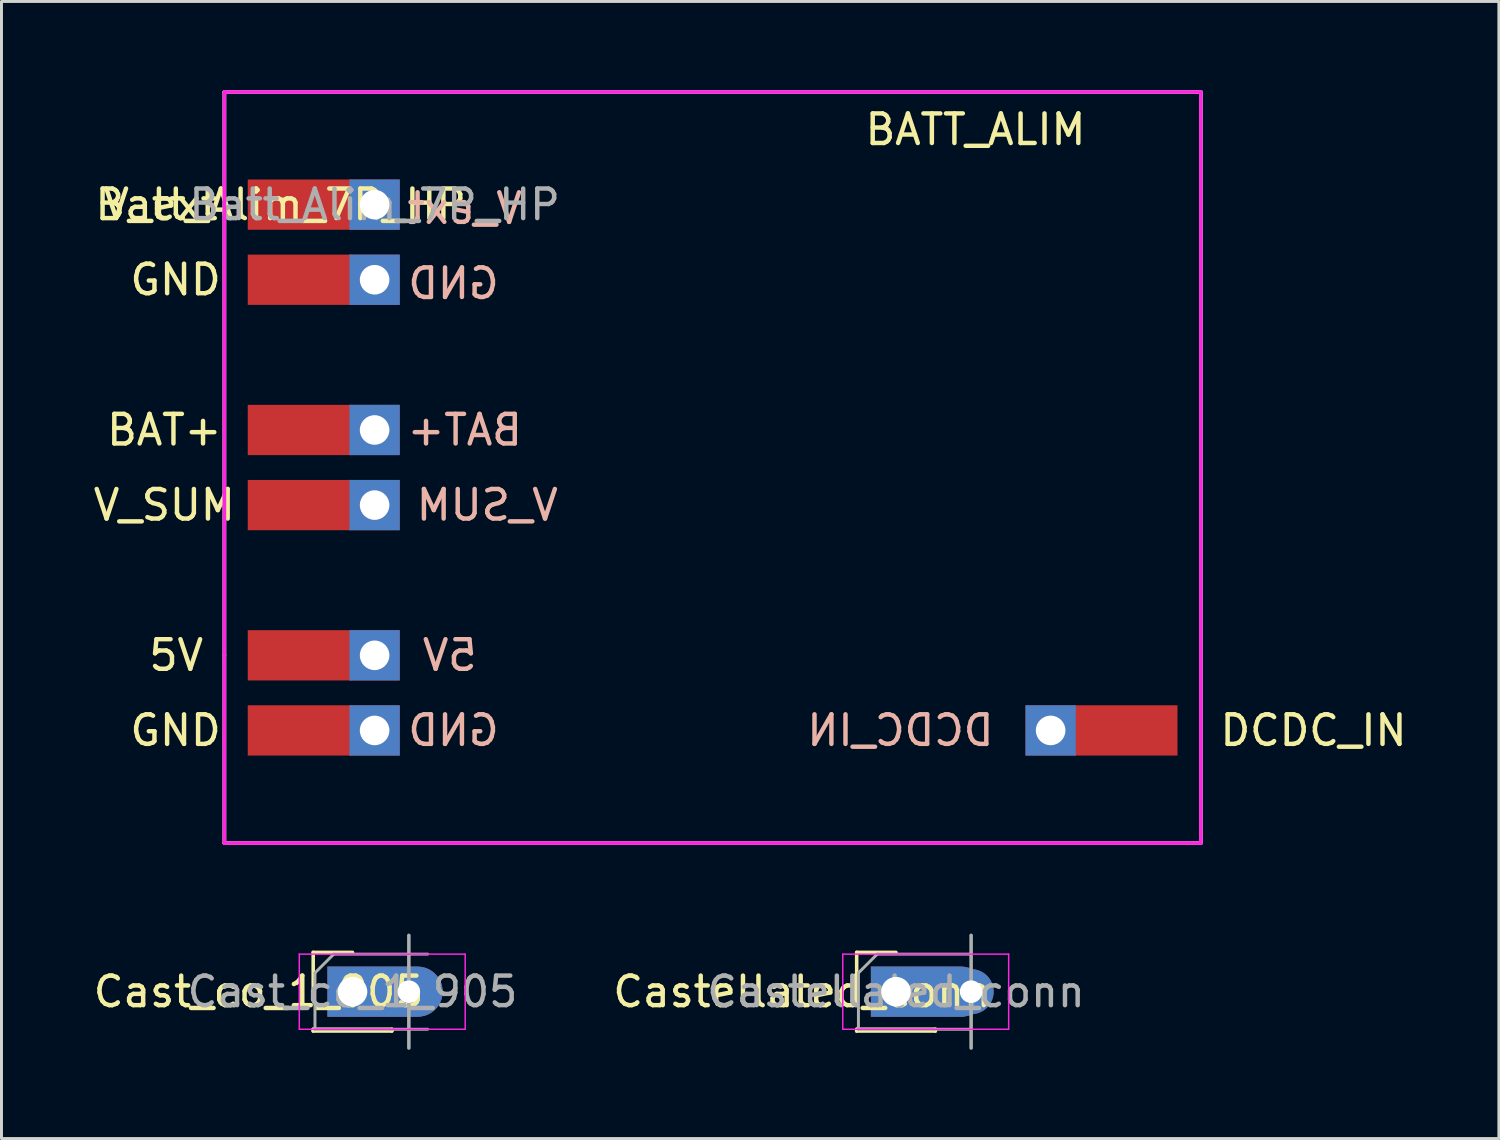
<source format=kicad_pcb>
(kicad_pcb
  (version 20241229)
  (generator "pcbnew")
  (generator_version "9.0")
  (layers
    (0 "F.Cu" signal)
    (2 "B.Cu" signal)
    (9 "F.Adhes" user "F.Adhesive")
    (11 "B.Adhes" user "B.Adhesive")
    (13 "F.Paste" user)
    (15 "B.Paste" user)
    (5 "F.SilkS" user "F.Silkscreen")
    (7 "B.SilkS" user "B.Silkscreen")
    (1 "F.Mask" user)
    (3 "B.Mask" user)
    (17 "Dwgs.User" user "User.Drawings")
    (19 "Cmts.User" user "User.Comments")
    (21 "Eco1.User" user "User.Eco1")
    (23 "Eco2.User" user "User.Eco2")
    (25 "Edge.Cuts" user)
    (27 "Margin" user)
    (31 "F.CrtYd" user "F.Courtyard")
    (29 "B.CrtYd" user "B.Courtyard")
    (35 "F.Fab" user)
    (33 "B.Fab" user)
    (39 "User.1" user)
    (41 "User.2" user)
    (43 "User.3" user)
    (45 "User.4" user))
  (footprint "Batt_Alim_7P_HP"
    (layer "F.Cu")
    (at 9.618 3.87)
    (property "Reference" "Batt_Alim_7P_HP" (at -3.175 0 0) (layer "F.SilkS") (effects (font (size 1 1) (thickness 0.15))))
    (attr through_hole)
    (fp_line (start -5.08 -3.81) (end 27.94 -3.81) (stroke (width 0.12) (type solid)) (layer "F.SilkS"))
    (fp_line (start -5.08 15.24) (end -5.08 -3.81) (stroke (width 0.12) (type solid)) (layer "F.SilkS"))
    (fp_line (start -5.08 21.59) (end -5.08 15.24) (stroke (width 0.12) (type solid)) (layer "F.SilkS"))
    (fp_line (start 27.94 -3.81) (end 27.94 21.59) (stroke (width 0.12) (type solid)) (layer "F.SilkS"))
    (fp_line (start 27.94 21.59) (end -5.08 21.59) (stroke (width 0.12) (type solid)) (layer "F.SilkS"))
    (fp_line (start -2.54 -1.27) (end -2.54 3.81) (stroke (width 0.12) (type solid)) (layer "Eco1.User"))
    (fp_line (start -2.54 3.81) (end -1.27 3.81) (stroke (width 0.12) (type solid)) (layer "Eco1.User"))
    (fp_line (start -2.54 6.35) (end -2.54 11.43) (stroke (width 0.12) (type solid)) (layer "Eco1.User"))
    (fp_line (start -2.54 11.43) (end -1.27 11.43) (stroke (width 0.12) (type solid)) (layer "Eco1.User"))
    (fp_line (start -2.54 13.97) (end -2.54 19.05) (stroke (width 0.12) (type solid)) (layer "Eco1.User"))
    (fp_line (start -2.54 19.05) (end -1.27 19.05) (stroke (width 0.12) (type solid)) (layer "Eco1.User"))
    (fp_line (start -1.27 -3.81) (end -1.27 -1.27) (stroke (width 0.12) (type solid)) (layer "Eco1.User"))
    (fp_line (start -1.27 -1.27) (end -2.54 -1.27) (stroke (width 0.12) (type solid)) (layer "Eco1.User"))
    (fp_line (start -1.27 3.81) (end -1.27 6.35) (stroke (width 0.12) (type solid)) (layer "Eco1.User"))
    (fp_line (start -1.27 6.35) (end -2.54 6.35) (stroke (width 0.12) (type solid)) (layer "Eco1.User"))
    (fp_line (start -1.27 11.43) (end -1.27 13.97) (stroke (width 0.12) (type solid)) (layer "Eco1.User"))
    (fp_line (start -1.27 13.97) (end -2.54 13.97) (stroke (width 0.12) (type solid)) (layer "Eco1.User"))
    (fp_line (start -1.27 19.05) (end -1.27 21.59) (stroke (width 0.12) (type solid)) (layer "Eco1.User"))
    (fp_line (start -1.27 21.59) (end 26.67 21.59) (stroke (width 0.12) (type solid)) (layer "Eco1.User"))
    (fp_line (start 24.13 16.51) (end 24.13 -3.81) (stroke (width 0.12) (type solid)) (layer "Eco1.User"))
    (fp_line (start 24.13 19.05) (end 24.13 21.59) (stroke (width 0.12) (type solid)) (layer "Eco1.User"))
    (fp_line (start 24.13 19.05) (end 25.4 19.05) (stroke (width 0.12) (type solid)) (layer "Eco1.User"))
    (fp_line (start 25.4 16.51) (end 24.13 16.51) (stroke (width 0.12) (type solid)) (layer "Eco1.User"))
    (fp_line (start 25.4 19.05) (end 25.4 16.51) (stroke (width 0.12) (type solid)) (layer "Eco1.User"))
    (fp_line (start 26.67 -3.81) (end -1.27 -3.81) (stroke (width 0.12) (type solid)) (layer "Eco1.User"))
    (fp_line (start -5.08 -3.81) (end -5.08 15.24) (stroke (width 0.12) (type solid)) (layer "F.CrtYd"))
    (fp_line (start -5.08 21.59) (end -5.08 15.24) (stroke (width 0.12) (type solid)) (layer "F.CrtYd"))
    (fp_line (start 27.94 -3.81) (end -5.08 -3.81) (stroke (width 0.12) (type solid)) (layer "F.CrtYd"))
    (fp_line (start 27.94 -3.81) (end 27.94 21.59) (stroke (width 0.12) (type solid)) (layer "F.CrtYd"))
    (fp_line (start 27.94 21.59) (end -5.08 21.59) (stroke (width 0.12) (type solid)) (layer "F.CrtYd"))
    (fp_line (start -5.08 -3.81) (end 27.94 -3.81) (stroke (width 0.12) (type solid)) (layer "F.Fab"))
    (fp_line (start -5.08 15.24) (end -5.08 -3.81) (stroke (width 0.12) (type solid)) (layer "F.Fab"))
    (fp_line (start -5.08 15.24) (end -5.08 21.59) (stroke (width 0.12) (type solid)) (layer "F.Fab"))
    (fp_line (start -5.08 21.59) (end 27.94 21.59) (stroke (width 0.12) (type solid)) (layer "F.Fab"))
    (fp_line (start 27.94 21.59) (end 27.94 -3.81) (stroke (width 0.12) (type solid)) (layer "F.Fab"))
    (fp_text user "V_SUM" (at -7.112 10.16 0) (layer "F.SilkS") (effects (font (size 1 1) (thickness 0.15))))
    (fp_text user "BATT_ALIM" (at 20.32 -2.54 0) (layer "F.SilkS") (effects (font (size 1 1) (thickness 0.15))))
    (fp_text user "GND" (at -6.731 2.54 0) (layer "F.SilkS") (effects (font (size 1 1) (thickness 0.15))))
    (fp_text user "GND" (at -6.731 17.78 0) (layer "F.SilkS") (effects (font (size 1 1) (thickness 0.15))))
    (fp_text user "V_ext" (at -7.239 0 0) (layer "F.SilkS") (effects (font (size 1 1) (thickness 0.15))))
    (fp_text user "BAT+" (at -7.112 7.62 0) (layer "F.SilkS") (effects (font (size 1 1) (thickness 0.15))))
    (fp_text user "5V" (at -6.71 15.24 0) (layer "F.SilkS") (effects (font (size 1 1) (thickness 0.15))))
    (fp_text user "DCDC_IN" (at 31.75 17.78 0) (layer "F.SilkS") (effects (font (size 1 1) (thickness 0.15))))
    (fp_text user "V_SUM" (at 3.81 10.16 0) (layer "B.SilkS") (effects (font (size 1 1) (thickness 0.15)) (justify mirror)))
    (fp_text user "BAT+" (at 3.048 7.62 0) (layer "B.SilkS") (effects (font (size 1 1) (thickness 0.15)) (justify mirror)))
    (fp_text user "DCDC_IN" (at 17.78 17.78 0) (layer "B.SilkS") (effects (font (size 1 1) (thickness 0.15)) (justify mirror)))
    (fp_text user "GND" (at 2.667 2.667 0) (layer "B.SilkS") (effects (font (size 1 1) (thickness 0.15)) (justify mirror)))
    (fp_text user "V_ext" (at 3.048 0.127 0) (layer "B.SilkS") (effects (font (size 1 1) (thickness 0.15)) (justify mirror)))
    (fp_text user "5V" (at 2.54 15.24 0) (layer "B.SilkS") (effects (font (size 1 1) (thickness 0.15)) (justify mirror)))
    (fp_text user "GND" (at 2.667 17.78 0) (layer "B.SilkS") (effects (font (size 1 1) (thickness 0.15)) (justify mirror)))
    (fp_text user "${REFERENCE}" (at 0 0 180) (layer "F.Fab") (effects (font (size 1 1) (thickness 0.15))))
    (pad "1" smd rect (at -2.54 0 180) (size 3.5 1.7) (layers "F.Cu" "F.Mask" "F.Paste"))
    (pad "1" thru_hole rect (at 0 0) (size 1.7 1.7) (drill 1) (layers "*.Cu" "*.Mask"))
    (pad "2" smd rect (at -2.54 2.54 180) (size 3.5 1.7) (layers "F.Cu" "F.Mask" "F.Paste"))
    (pad "2" thru_hole rect (at 0 2.54) (size 1.7 1.7) (drill 1) (layers "*.Cu" "*.Mask"))
    (pad "3" smd rect (at -2.54 7.62 180) (size 3.5 1.7) (layers "F.Cu" "F.Mask" "F.Paste"))
    (pad "3" thru_hole rect (at 0 7.62) (size 1.7 1.7) (drill 1) (layers "*.Cu" "*.Mask"))
    (pad "4" smd rect (at -2.54 10.16 180) (size 3.5 1.7) (layers "F.Cu" "F.Mask" "F.Paste"))
    (pad "4" thru_hole rect (at 0 10.16) (size 1.7 1.7) (drill 1) (layers "*.Cu" "*.Mask"))
    (pad "5" smd rect (at -2.54 15.24 180) (size 3.5 1.7) (layers "F.Cu" "F.Mask" "F.Paste"))
    (pad "5" thru_hole rect (at 0 15.24) (size 1.7 1.7) (drill 1) (layers "*.Cu" "*.Mask"))
    (pad "6" smd rect (at -2.54 17.78 180) (size 3.5 1.7) (layers "F.Cu" "F.Mask" "F.Paste"))
    (pad "6" thru_hole rect (at 0 17.78) (size 1.7 1.7) (drill 1) (layers "*.Cu" "*.Mask"))
    (pad "7" thru_hole rect (at 22.86 17.78) (size 1.7 1.7) (drill 1) (layers "*.Cu" "*.Mask"))
    (pad "7" smd rect (at 25.4 17.78 180) (size 3.5 1.7) (layers "F.Cu" "F.Mask" "F.Paste")))
  (footprint "Castellated_conn"
    (layer "F.Cu")
    (at 27.249 30.485)
    (property "Reference" "Castellated_conn" (at -3.175 0 0) (layer "F.SilkS") (effects (font (size 1 1) (thickness 0.15))))
    (attr through_hole)
    (fp_line (start -1.33 -1.33) (end 0 -1.33) (stroke (width 0.12) (type solid)) (layer "F.SilkS"))
    (fp_line (start -1.33 0) (end -1.33 -1.33) (stroke (width 0.12) (type solid)) (layer "F.SilkS"))
    (fp_line (start -1.33 1.27) (end -1.33 1.33) (stroke (width 0.12) (type solid)) (layer "F.SilkS"))
    (fp_line (start -1.33 1.27) (end 1.33 1.27) (stroke (width 0.12) (type solid)) (layer "F.SilkS"))
    (fp_line (start -1.33 1.33) (end 1.33 1.33) (stroke (width 0.12) (type solid)) (layer "F.SilkS"))
    (fp_line (start 1.33 1.27) (end 1.33 1.33) (stroke (width 0.12) (type solid)) (layer "F.SilkS"))
    (fp_line (start -1.8 -1.27) (end -1.8 1.27) (stroke (width 0.05) (type solid)) (layer "F.CrtYd"))
    (fp_line (start -1.8 1.27) (end 3.81 1.27) (stroke (width 0.05) (type solid)) (layer "F.CrtYd"))
    (fp_line (start 3.81 -1.27) (end -1.8 -1.27) (stroke (width 0.05) (type solid)) (layer "F.CrtYd"))
    (fp_line (start 3.81 1.27) (end 3.81 -1.27) (stroke (width 0.05) (type solid)) (layer "F.CrtYd"))
    (fp_line (start -1.27 -0.635) (end -0.635 -1.27) (stroke (width 0.1) (type solid)) (layer "F.Fab"))
    (fp_line (start -1.27 1.27) (end -1.27 -0.635) (stroke (width 0.1) (type solid)) (layer "F.Fab"))
    (fp_line (start -0.635 -1.27) (end 2.54 -1.27) (stroke (width 0.1) (type solid)) (layer "F.Fab"))
    (fp_line (start 1.27 1.27) (end -1.27 1.27) (stroke (width 0.1) (type solid)) (layer "F.Fab"))
    (fp_line (start 2.54 -1.905) (end 2.54 1.905) (stroke (width 0.12) (type solid)) (layer "F.Fab"))
    (fp_line (start 2.54 1.27) (end 1.27 1.27) (stroke (width 0.1) (type solid)) (layer "F.Fab"))
    (fp_text user "${REFERENCE}" (at 0 0 180) (layer "F.Fab") (effects (font (size 1 1) (thickness 0.15))))
    (pad "1" thru_hole custom (at 0 0) (size 1.7 1.7) (drill 1) (layers "*.Cu" "*.Mask") (options (anchor rect)) (primitives (gr_line (start 0 0) (end 2.2 0) (width 1.7))))
    (pad "1" thru_hole circle (at 2.54 0) (size 1.524 1.524) (drill 0.762) (layers "*.Cu" "*.Mask")))
  (footprint "Cast_co_1_905"
    (layer "F.Cu")
    (at 8.871 30.485)
    (property "Reference" "Cast_co_1_905" (at -3.175 0 0) (layer "F.SilkS") (effects (font (size 1 1) (thickness 0.15))))
    (attr through_hole)
    (fp_line (start -1.33 -1.33) (end 0 -1.33) (stroke (width 0.12) (type solid)) (layer "F.SilkS"))
    (fp_line (start -1.33 0) (end -1.33 -1.33) (stroke (width 0.12) (type solid)) (layer "F.SilkS"))
    (fp_line (start -1.33 1.27) (end -1.33 1.33) (stroke (width 0.12) (type solid)) (layer "F.SilkS"))
    (fp_line (start -1.33 1.27) (end 1.33 1.27) (stroke (width 0.12) (type solid)) (layer "F.SilkS"))
    (fp_line (start -1.33 1.33) (end 1.33 1.33) (stroke (width 0.12) (type solid)) (layer "F.SilkS"))
    (fp_line (start 1.33 1.27) (end 1.33 1.33) (stroke (width 0.12) (type solid)) (layer "F.SilkS"))
    (fp_line (start -1.8 -1.27) (end -1.8 1.27) (stroke (width 0.05) (type solid)) (layer "F.CrtYd"))
    (fp_line (start -1.8 1.27) (end 3.81 1.27) (stroke (width 0.05) (type solid)) (layer "F.CrtYd"))
    (fp_line (start 3.81 -1.27) (end -1.8 -1.27) (stroke (width 0.05) (type solid)) (layer "F.CrtYd"))
    (fp_line (start 3.81 1.27) (end 3.81 -1.27) (stroke (width 0.05) (type solid)) (layer "F.CrtYd"))
    (fp_line (start -1.27 -0.635) (end -0.635 -1.27) (stroke (width 0.1) (type solid)) (layer "F.Fab"))
    (fp_line (start -1.27 1.27) (end -1.27 -0.635) (stroke (width 0.1) (type solid)) (layer "F.Fab"))
    (fp_line (start -0.635 -1.27) (end 2.54 -1.27) (stroke (width 0.1) (type solid)) (layer "F.Fab"))
    (fp_line (start 1.27 1.27) (end -1.27 1.27) (stroke (width 0.1) (type solid)) (layer "F.Fab"))
    (fp_line (start 1.905 -1.905) (end 1.905 1.905) (stroke (width 0.12) (type solid)) (layer "F.Fab"))
    (fp_line (start 2.54 1.27) (end 1.27 1.27) (stroke (width 0.1) (type solid)) (layer "F.Fab"))
    (fp_text user "${REFERENCE}" (at 0 0 180) (layer "F.Fab") (effects (font (size 1 1) (thickness 0.15))))
    (pad "1" thru_hole custom (at 0 0) (size 1.7 1.7) (drill 1) (layers "*.Cu" "*.Mask") (options (anchor rect)) (primitives (gr_line (start 0 0) (end 2.2 0) (width 1.7))))
    (pad "1" thru_hole circle (at 1.905 0) (size 1.524 1.524) (drill 0.762) (layers "*.Cu" "*.Mask")))
  (gr_rect
    (start -3 -3)
    (end 47.636 35.45)
    (stroke (width 0.1) (type default))
    (fill no)
    (layer "Edge.Cuts")))
</source>
